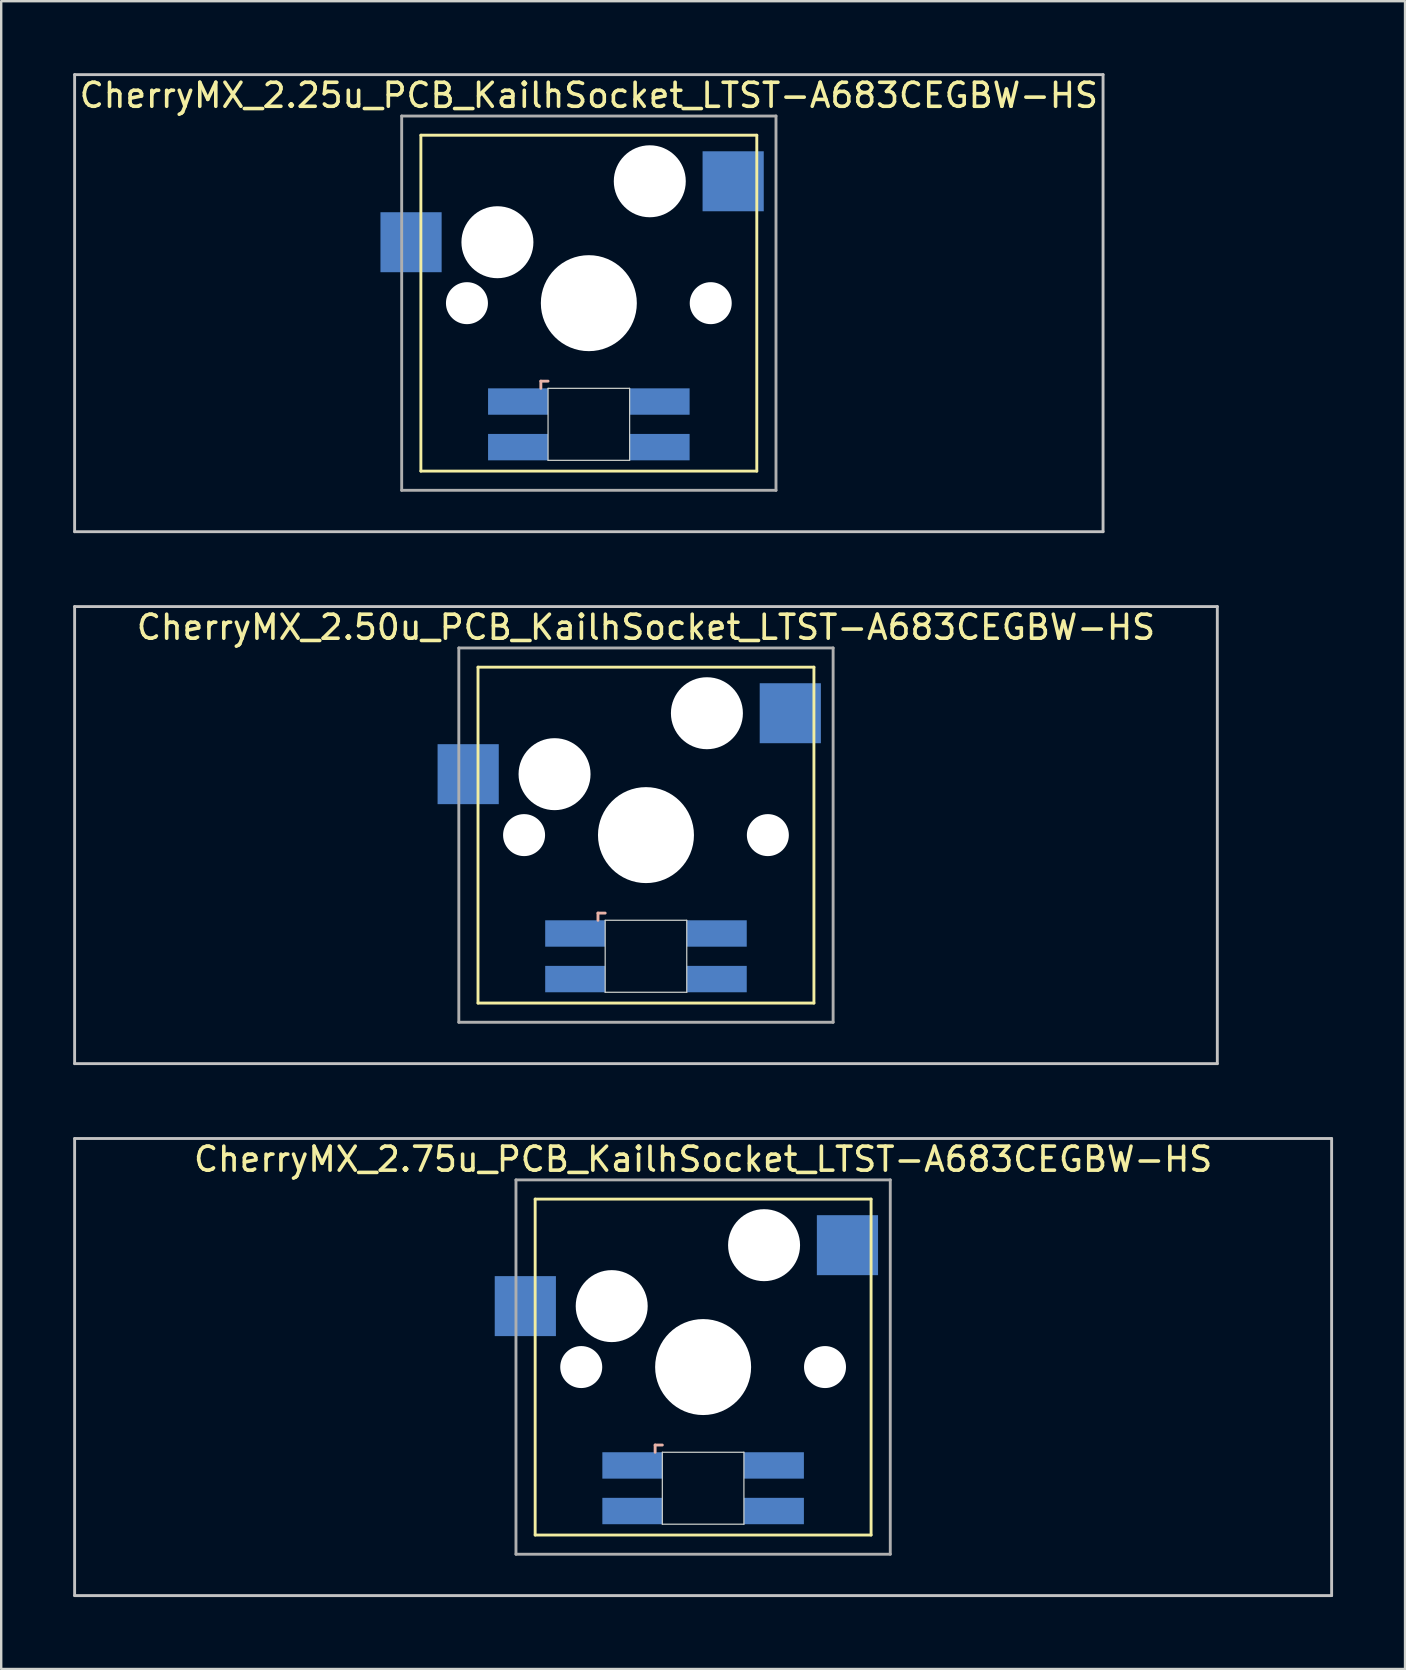
<source format=kicad_pcb>
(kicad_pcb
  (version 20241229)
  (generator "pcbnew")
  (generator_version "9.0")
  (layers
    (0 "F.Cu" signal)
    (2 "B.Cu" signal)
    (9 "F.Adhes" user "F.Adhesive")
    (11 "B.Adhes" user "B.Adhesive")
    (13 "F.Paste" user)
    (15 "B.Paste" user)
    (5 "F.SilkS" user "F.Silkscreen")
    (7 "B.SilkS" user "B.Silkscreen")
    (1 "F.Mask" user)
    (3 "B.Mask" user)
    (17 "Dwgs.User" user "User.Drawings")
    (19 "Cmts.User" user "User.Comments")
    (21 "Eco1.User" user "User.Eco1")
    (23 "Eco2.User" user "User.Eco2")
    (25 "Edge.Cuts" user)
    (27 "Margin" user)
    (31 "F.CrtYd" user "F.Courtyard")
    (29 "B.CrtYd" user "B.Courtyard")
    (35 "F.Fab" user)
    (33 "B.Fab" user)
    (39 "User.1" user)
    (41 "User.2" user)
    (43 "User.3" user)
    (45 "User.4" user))
  (footprint "CherryMX_2.50u_PCB_KailhSocket_LTST-A683CEGBW-HS"
    (layer "F.Cu")
    (at 23.872 31.755)
    (property "Reference" "CherryMX_2.50u_PCB_KailhSocket_LTST-A683CEGBW-HS" (at 0 -8.662 0) (layer "F.SilkS") (effects (font (size 1 1) (thickness 0.15))))
    (attr through_hole)
    (fp_line (start -7 -7) (end -7 7) (stroke (width 0.12) (type solid)) (layer "F.SilkS"))
    (fp_line (start -7 -7) (end 7 -7) (stroke (width 0.12) (type solid)) (layer "F.SilkS"))
    (fp_line (start 7 -7) (end 7 7) (stroke (width 0.12) (type solid)) (layer "F.SilkS"))
    (fp_line (start 7 7) (end -7 7) (stroke (width 0.12) (type solid)) (layer "F.SilkS"))
    (fp_line (start -2 3.25) (end -2 3.55) (stroke (width 0.12) (type solid)) (layer "B.SilkS"))
    (fp_line (start -1.7 3.25) (end -2 3.25) (stroke (width 0.12) (type solid)) (layer "B.SilkS"))
    (fp_line (start -23.812 -9.525) (end 23.812 -9.525) (stroke (width 0.12) (type solid)) (layer "Dwgs.User"))
    (fp_line (start -23.812 9.525) (end -23.812 -9.525) (stroke (width 0.12) (type solid)) (layer "Dwgs.User"))
    (fp_line (start 23.812 -9.525) (end 23.812 9.525) (stroke (width 0.12) (type solid)) (layer "Dwgs.User"))
    (fp_line (start 23.812 9.525) (end -23.812 9.525) (stroke (width 0.12) (type solid)) (layer "Dwgs.User"))
    (fp_line (start -1.7 3.55) (end 1.7 3.55) (stroke (width 0.05) (type solid)) (layer "Edge.Cuts"))
    (fp_line (start -1.7 6.55) (end -1.7 3.55) (stroke (width 0.05) (type solid)) (layer "Edge.Cuts"))
    (fp_line (start 1.7 3.55) (end 1.7 6.55) (stroke (width 0.05) (type solid)) (layer "Edge.Cuts"))
    (fp_line (start 1.7 6.55) (end -1.7 6.55) (stroke (width 0.05) (type solid)) (layer "Edge.Cuts"))
    (fp_line (start -7.8 -7.8) (end -7.8 7.8) (stroke (width 0.12) (type solid)) (layer "F.Fab"))
    (fp_line (start -7.8 -7.8) (end 7.8 -7.8) (stroke (width 0.12) (type solid)) (layer "F.Fab"))
    (fp_line (start -7.8 7.8) (end 7.8 7.8) (stroke (width 0.12) (type solid)) (layer "F.Fab"))
    (fp_line (start 7.8 -7.8) (end 7.8 7.8) (stroke (width 0.12) (type solid)) (layer "F.Fab"))
    (pad "" np_thru_hole circle (at -5.08 0) (size 1.75 1.75) (drill 1.75) (layers "*.Cu" "*.Mask"))
    (pad "" np_thru_hole circle (at -3.81 -2.54) (size 3 3) (drill 3) (layers "*.Cu" "*.Mask"))
    (pad "" np_thru_hole circle (at 0 0) (size 4 4) (drill 4) (layers "*.Cu" "*.Mask"))
    (pad "" np_thru_hole circle (at 2.54 -5.08) (size 3 3) (drill 3) (layers "*.Cu" "*.Mask"))
    (pad "" np_thru_hole circle (at 5.08 0) (size 1.75 1.75) (drill 1.75) (layers "*.Cu" "*.Mask"))
    (pad "1" smd rect (at -7.41 -2.54) (size 2.55 2.5) (layers "B.Cu" "B.Mask" "B.Paste"))
    (pad "2" smd rect (at 6.015 -5.08) (size 2.55 2.5) (layers "B.Cu" "B.Mask" "B.Paste"))
    (pad "3" smd rect (at -2.95 4.1) (size 2.5 1.1) (layers "B.Cu" "B.Mask" "B.Paste"))
    (pad "4" smd rect (at -2.95 6) (size 2.5 1.1) (layers "B.Cu" "B.Mask" "B.Paste"))
    (pad "5" smd rect (at 2.95 4.1) (size 2.5 1.1) (layers "B.Cu" "B.Mask" "B.Paste"))
    (pad "6" smd rect (at 2.95 6) (size 2.5 1.1) (layers "B.Cu" "B.Mask" "B.Paste")))
  (footprint "CherryMX_2.75u_PCB_KailhSocket_LTST-A683CEGBW-HS"
    (layer "F.Cu")
    (at 26.254 53.925)
    (property "Reference" "CherryMX_2.75u_PCB_KailhSocket_LTST-A683CEGBW-HS" (at 0 -8.662 0) (layer "F.SilkS") (effects (font (size 1 1) (thickness 0.15))))
    (attr through_hole)
    (fp_line (start -7 -7) (end -7 7) (stroke (width 0.12) (type solid)) (layer "F.SilkS"))
    (fp_line (start -7 -7) (end 7 -7) (stroke (width 0.12) (type solid)) (layer "F.SilkS"))
    (fp_line (start 7 -7) (end 7 7) (stroke (width 0.12) (type solid)) (layer "F.SilkS"))
    (fp_line (start 7 7) (end -7 7) (stroke (width 0.12) (type solid)) (layer "F.SilkS"))
    (fp_line (start -2 3.25) (end -2 3.55) (stroke (width 0.12) (type solid)) (layer "B.SilkS"))
    (fp_line (start -1.7 3.25) (end -2 3.25) (stroke (width 0.12) (type solid)) (layer "B.SilkS"))
    (fp_line (start -26.194 -9.525) (end 26.194 -9.525) (stroke (width 0.12) (type solid)) (layer "Dwgs.User"))
    (fp_line (start -26.194 9.525) (end -26.194 -9.525) (stroke (width 0.12) (type solid)) (layer "Dwgs.User"))
    (fp_line (start 26.194 -9.525) (end 26.194 9.525) (stroke (width 0.12) (type solid)) (layer "Dwgs.User"))
    (fp_line (start 26.194 9.525) (end -26.194 9.525) (stroke (width 0.12) (type solid)) (layer "Dwgs.User"))
    (fp_line (start -1.7 3.55) (end 1.7 3.55) (stroke (width 0.05) (type solid)) (layer "Edge.Cuts"))
    (fp_line (start -1.7 6.55) (end -1.7 3.55) (stroke (width 0.05) (type solid)) (layer "Edge.Cuts"))
    (fp_line (start 1.7 3.55) (end 1.7 6.55) (stroke (width 0.05) (type solid)) (layer "Edge.Cuts"))
    (fp_line (start 1.7 6.55) (end -1.7 6.55) (stroke (width 0.05) (type solid)) (layer "Edge.Cuts"))
    (fp_line (start -7.8 -7.8) (end -7.8 7.8) (stroke (width 0.12) (type solid)) (layer "F.Fab"))
    (fp_line (start -7.8 -7.8) (end 7.8 -7.8) (stroke (width 0.12) (type solid)) (layer "F.Fab"))
    (fp_line (start -7.8 7.8) (end 7.8 7.8) (stroke (width 0.12) (type solid)) (layer "F.Fab"))
    (fp_line (start 7.8 -7.8) (end 7.8 7.8) (stroke (width 0.12) (type solid)) (layer "F.Fab"))
    (pad "" np_thru_hole circle (at -5.08 0) (size 1.75 1.75) (drill 1.75) (layers "*.Cu" "*.Mask"))
    (pad "" np_thru_hole circle (at -3.81 -2.54) (size 3 3) (drill 3) (layers "*.Cu" "*.Mask"))
    (pad "" np_thru_hole circle (at 0 0) (size 4 4) (drill 4) (layers "*.Cu" "*.Mask"))
    (pad "" np_thru_hole circle (at 2.54 -5.08) (size 3 3) (drill 3) (layers "*.Cu" "*.Mask"))
    (pad "" np_thru_hole circle (at 5.08 0) (size 1.75 1.75) (drill 1.75) (layers "*.Cu" "*.Mask"))
    (pad "1" smd rect (at -7.41 -2.54) (size 2.55 2.5) (layers "B.Cu" "B.Mask" "B.Paste"))
    (pad "2" smd rect (at 6.015 -5.08) (size 2.55 2.5) (layers "B.Cu" "B.Mask" "B.Paste"))
    (pad "3" smd rect (at -2.95 4.1) (size 2.5 1.1) (layers "B.Cu" "B.Mask" "B.Paste"))
    (pad "4" smd rect (at -2.95 6) (size 2.5 1.1) (layers "B.Cu" "B.Mask" "B.Paste"))
    (pad "5" smd rect (at 2.95 4.1) (size 2.5 1.1) (layers "B.Cu" "B.Mask" "B.Paste"))
    (pad "6" smd rect (at 2.95 6) (size 2.5 1.1) (layers "B.Cu" "B.Mask" "B.Paste")))
  (footprint "CherryMX_2.25u_PCB_KailhSocket_LTST-A683CEGBW-HS"
    (layer "F.Cu")
    (at 21.491 9.585)
    (property "Reference" "CherryMX_2.25u_PCB_KailhSocket_LTST-A683CEGBW-HS" (at 0 -8.662 0) (layer "F.SilkS") (effects (font (size 1 1) (thickness 0.15))))
    (attr through_hole)
    (fp_line (start -7 -7) (end -7 7) (stroke (width 0.12) (type solid)) (layer "F.SilkS"))
    (fp_line (start -7 -7) (end 7 -7) (stroke (width 0.12) (type solid)) (layer "F.SilkS"))
    (fp_line (start 7 -7) (end 7 7) (stroke (width 0.12) (type solid)) (layer "F.SilkS"))
    (fp_line (start 7 7) (end -7 7) (stroke (width 0.12) (type solid)) (layer "F.SilkS"))
    (fp_line (start -2 3.25) (end -2 3.55) (stroke (width 0.12) (type solid)) (layer "B.SilkS"))
    (fp_line (start -1.7 3.25) (end -2 3.25) (stroke (width 0.12) (type solid)) (layer "B.SilkS"))
    (fp_line (start -21.431 -9.525) (end 21.431 -9.525) (stroke (width 0.12) (type solid)) (layer "Dwgs.User"))
    (fp_line (start -21.431 9.525) (end -21.431 -9.525) (stroke (width 0.12) (type solid)) (layer "Dwgs.User"))
    (fp_line (start 21.431 -9.525) (end 21.431 9.525) (stroke (width 0.12) (type solid)) (layer "Dwgs.User"))
    (fp_line (start 21.431 9.525) (end -21.431 9.525) (stroke (width 0.12) (type solid)) (layer "Dwgs.User"))
    (fp_line (start -1.7 3.55) (end 1.7 3.55) (stroke (width 0.05) (type solid)) (layer "Edge.Cuts"))
    (fp_line (start -1.7 6.55) (end -1.7 3.55) (stroke (width 0.05) (type solid)) (layer "Edge.Cuts"))
    (fp_line (start 1.7 3.55) (end 1.7 6.55) (stroke (width 0.05) (type solid)) (layer "Edge.Cuts"))
    (fp_line (start 1.7 6.55) (end -1.7 6.55) (stroke (width 0.05) (type solid)) (layer "Edge.Cuts"))
    (fp_line (start -7.8 -7.8) (end -7.8 7.8) (stroke (width 0.12) (type solid)) (layer "F.Fab"))
    (fp_line (start -7.8 -7.8) (end 7.8 -7.8) (stroke (width 0.12) (type solid)) (layer "F.Fab"))
    (fp_line (start -7.8 7.8) (end 7.8 7.8) (stroke (width 0.12) (type solid)) (layer "F.Fab"))
    (fp_line (start 7.8 -7.8) (end 7.8 7.8) (stroke (width 0.12) (type solid)) (layer "F.Fab"))
    (pad "" np_thru_hole circle (at -5.08 0) (size 1.75 1.75) (drill 1.75) (layers "*.Cu" "*.Mask"))
    (pad "" np_thru_hole circle (at -3.81 -2.54) (size 3 3) (drill 3) (layers "*.Cu" "*.Mask"))
    (pad "" np_thru_hole circle (at 0 0) (size 4 4) (drill 4) (layers "*.Cu" "*.Mask"))
    (pad "" np_thru_hole circle (at 2.54 -5.08) (size 3 3) (drill 3) (layers "*.Cu" "*.Mask"))
    (pad "" np_thru_hole circle (at 5.08 0) (size 1.75 1.75) (drill 1.75) (layers "*.Cu" "*.Mask"))
    (pad "1" smd rect (at -7.41 -2.54) (size 2.55 2.5) (layers "B.Cu" "B.Mask" "B.Paste"))
    (pad "2" smd rect (at 6.015 -5.08) (size 2.55 2.5) (layers "B.Cu" "B.Mask" "B.Paste"))
    (pad "3" smd rect (at -2.95 4.1) (size 2.5 1.1) (layers "B.Cu" "B.Mask" "B.Paste"))
    (pad "4" smd rect (at -2.95 6) (size 2.5 1.1) (layers "B.Cu" "B.Mask" "B.Paste"))
    (pad "5" smd rect (at 2.95 4.1) (size 2.5 1.1) (layers "B.Cu" "B.Mask" "B.Paste"))
    (pad "6" smd rect (at 2.95 6) (size 2.5 1.1) (layers "B.Cu" "B.Mask" "B.Paste")))
  (gr_rect
    (start -3 -3)
    (end 55.508 66.51)
    (stroke (width 0.1) (type default))
    (fill no)
    (layer "Edge.Cuts")))
</source>
